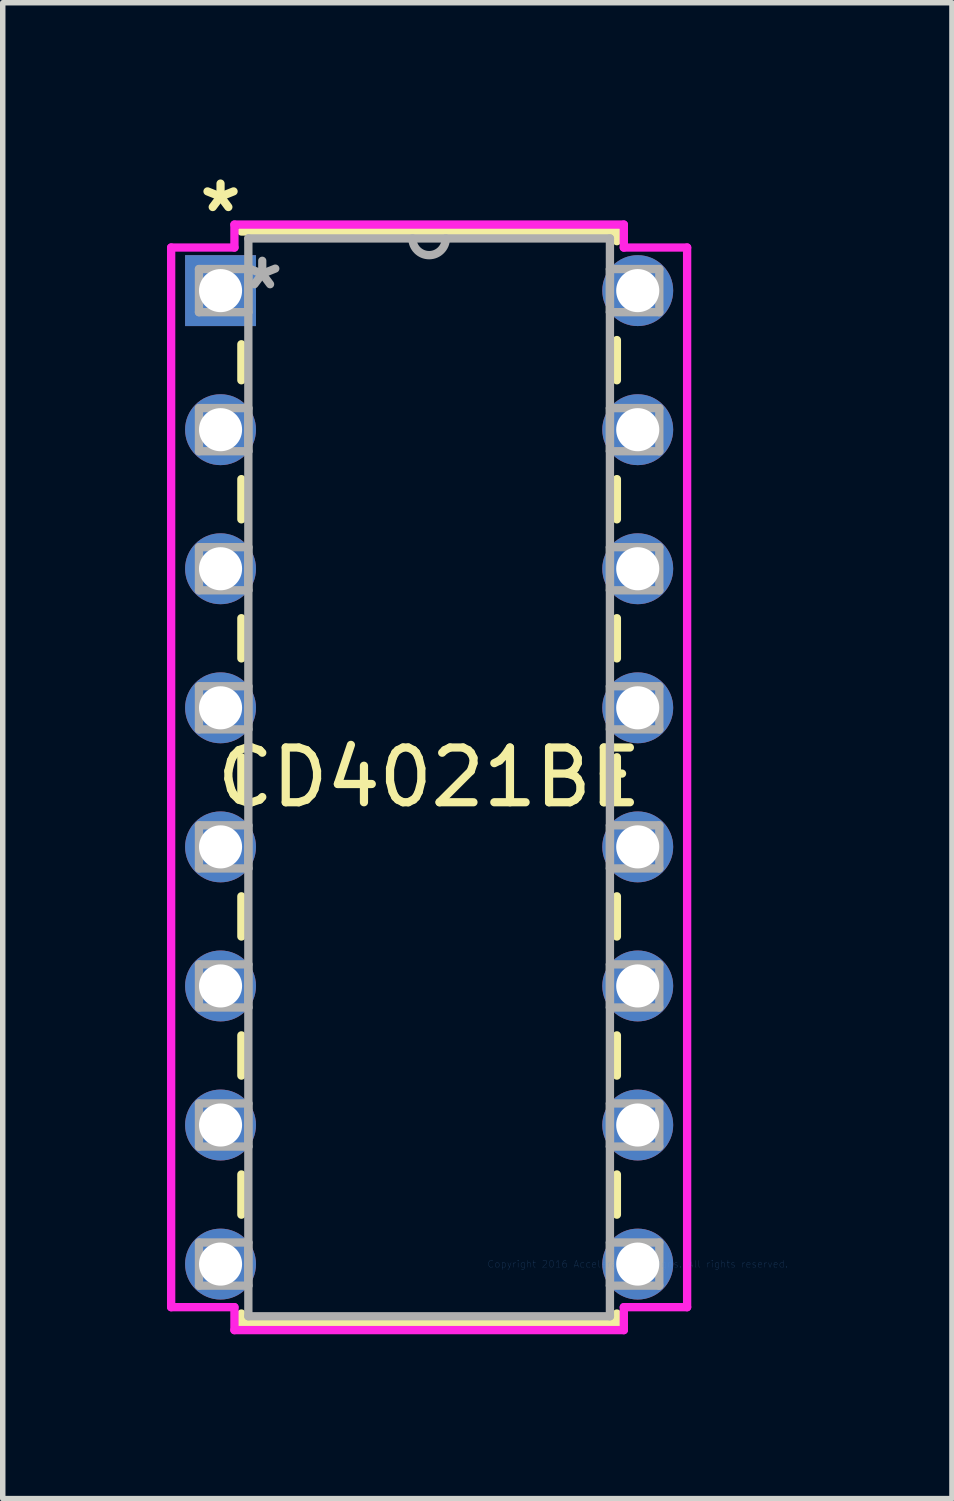
<source format=kicad_pcb>
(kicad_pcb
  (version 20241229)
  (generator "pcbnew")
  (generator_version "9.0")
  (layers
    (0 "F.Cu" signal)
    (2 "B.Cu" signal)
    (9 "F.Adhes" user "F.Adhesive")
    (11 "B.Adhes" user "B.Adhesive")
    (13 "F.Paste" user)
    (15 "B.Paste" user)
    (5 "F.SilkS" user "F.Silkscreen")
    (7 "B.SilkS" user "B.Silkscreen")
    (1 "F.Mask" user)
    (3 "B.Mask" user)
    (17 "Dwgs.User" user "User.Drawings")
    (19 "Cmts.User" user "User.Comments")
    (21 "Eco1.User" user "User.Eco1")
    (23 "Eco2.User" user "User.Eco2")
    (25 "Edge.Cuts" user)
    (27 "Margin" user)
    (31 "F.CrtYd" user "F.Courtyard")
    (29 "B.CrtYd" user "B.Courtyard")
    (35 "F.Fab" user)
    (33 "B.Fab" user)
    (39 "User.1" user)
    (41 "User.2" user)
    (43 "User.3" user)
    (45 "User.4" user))
  (footprint "CD4021BE"
    (layer "F.Cu")
    (at 8.598 20.038)
    (property "Reference" "CD4021BE" (at -3.81 -8.89 0) (layer "F.SilkS") (effects (font (size 1 1) (thickness 0.15))))
    (attr through_hole)
    (fp_line (start -7.239 -16.8) (end -7.239 -16.143) (stroke (width 0.152) (type solid)) (layer "F.SilkS"))
    (fp_line (start -7.239 -14.337) (end -7.239 -13.603) (stroke (width 0.152) (type solid)) (layer "F.SilkS"))
    (fp_line (start -7.239 -11.797) (end -7.239 -11.063) (stroke (width 0.152) (type solid)) (layer "F.SilkS"))
    (fp_line (start -7.239 -9.257) (end -7.239 -8.523) (stroke (width 0.152) (type solid)) (layer "F.SilkS"))
    (fp_line (start -7.239 -6.717) (end -7.239 -5.983) (stroke (width 0.152) (type solid)) (layer "F.SilkS"))
    (fp_line (start -7.239 -4.177) (end -7.239 -3.443) (stroke (width 0.152) (type solid)) (layer "F.SilkS"))
    (fp_line (start -7.239 -1.637) (end -7.239 -0.903) (stroke (width 0.152) (type solid)) (layer "F.SilkS"))
    (fp_line (start -7.239 0.903) (end -7.239 1.079) (stroke (width 0.152) (type solid)) (layer "F.SilkS"))
    (fp_line (start -7.239 1.079) (end -0.381 1.079) (stroke (width 0.152) (type solid)) (layer "F.SilkS"))
    (fp_line (start -0.381 -18.86) (end -7.239 -18.86) (stroke (width 0.152) (type solid)) (layer "F.SilkS"))
    (fp_line (start -0.381 -18.683) (end -0.381 -18.86) (stroke (width 0.152) (type solid)) (layer "F.SilkS"))
    (fp_line (start -0.381 -16.143) (end -0.381 -16.877) (stroke (width 0.152) (type solid)) (layer "F.SilkS"))
    (fp_line (start -0.381 -13.603) (end -0.381 -14.337) (stroke (width 0.152) (type solid)) (layer "F.SilkS"))
    (fp_line (start -0.381 -11.063) (end -0.381 -11.797) (stroke (width 0.152) (type solid)) (layer "F.SilkS"))
    (fp_line (start -0.381 -8.523) (end -0.381 -9.257) (stroke (width 0.152) (type solid)) (layer "F.SilkS"))
    (fp_line (start -0.381 -5.983) (end -0.381 -6.717) (stroke (width 0.152) (type solid)) (layer "F.SilkS"))
    (fp_line (start -0.381 -3.443) (end -0.381 -4.177) (stroke (width 0.152) (type solid)) (layer "F.SilkS"))
    (fp_line (start -0.381 -0.903) (end -0.381 -1.637) (stroke (width 0.152) (type solid)) (layer "F.SilkS"))
    (fp_line (start -0.381 1.079) (end -0.381 0.903) (stroke (width 0.152) (type solid)) (layer "F.SilkS"))
    (fp_line (start -8.522 -18.567) (end -8.522 0.787) (stroke (width 0.152) (type solid)) (layer "F.CrtYd"))
    (fp_line (start -8.522 0.787) (end -7.366 0.787) (stroke (width 0.152) (type solid)) (layer "F.CrtYd"))
    (fp_line (start -7.366 -18.986) (end -7.366 -18.567) (stroke (width 0.152) (type solid)) (layer "F.CrtYd"))
    (fp_line (start -7.366 -18.567) (end -8.522 -18.567) (stroke (width 0.152) (type solid)) (layer "F.CrtYd"))
    (fp_line (start -7.366 0.787) (end -7.366 1.206) (stroke (width 0.152) (type solid)) (layer "F.CrtYd"))
    (fp_line (start -7.366 1.206) (end -0.254 1.206) (stroke (width 0.152) (type solid)) (layer "F.CrtYd"))
    (fp_line (start -0.254 -18.986) (end -7.366 -18.986) (stroke (width 0.152) (type solid)) (layer "F.CrtYd"))
    (fp_line (start -0.254 -18.567) (end -0.254 -18.986) (stroke (width 0.152) (type solid)) (layer "F.CrtYd"))
    (fp_line (start -0.254 0.787) (end 0.902 0.787) (stroke (width 0.152) (type solid)) (layer "F.CrtYd"))
    (fp_line (start -0.254 1.206) (end -0.254 0.787) (stroke (width 0.152) (type solid)) (layer "F.CrtYd"))
    (fp_line (start 0.902 -18.567) (end -0.254 -18.567) (stroke (width 0.152) (type solid)) (layer "F.CrtYd"))
    (fp_line (start 0.902 0.787) (end 0.902 -18.567) (stroke (width 0.152) (type solid)) (layer "F.CrtYd"))
    (fp_line (start -8.014 -18.174) (end -8.014 -17.386) (stroke (width 0.152) (type solid)) (layer "F.Fab"))
    (fp_line (start -8.014 -17.386) (end -7.112 -17.386) (stroke (width 0.152) (type solid)) (layer "F.Fab"))
    (fp_line (start -8.014 -15.634) (end -8.014 -14.846) (stroke (width 0.152) (type solid)) (layer "F.Fab"))
    (fp_line (start -8.014 -14.846) (end -7.112 -14.846) (stroke (width 0.152) (type solid)) (layer "F.Fab"))
    (fp_line (start -8.014 -13.094) (end -8.014 -12.306) (stroke (width 0.152) (type solid)) (layer "F.Fab"))
    (fp_line (start -8.014 -12.306) (end -7.112 -12.306) (stroke (width 0.152) (type solid)) (layer "F.Fab"))
    (fp_line (start -8.014 -10.554) (end -8.014 -9.766) (stroke (width 0.152) (type solid)) (layer "F.Fab"))
    (fp_line (start -8.014 -9.766) (end -7.112 -9.766) (stroke (width 0.152) (type solid)) (layer "F.Fab"))
    (fp_line (start -8.014 -8.014) (end -8.014 -7.226) (stroke (width 0.152) (type solid)) (layer "F.Fab"))
    (fp_line (start -8.014 -7.226) (end -7.112 -7.226) (stroke (width 0.152) (type solid)) (layer "F.Fab"))
    (fp_line (start -8.014 -5.474) (end -8.014 -4.686) (stroke (width 0.152) (type solid)) (layer "F.Fab"))
    (fp_line (start -8.014 -4.686) (end -7.112 -4.686) (stroke (width 0.152) (type solid)) (layer "F.Fab"))
    (fp_line (start -8.014 -2.934) (end -8.014 -2.146) (stroke (width 0.152) (type solid)) (layer "F.Fab"))
    (fp_line (start -8.014 -2.146) (end -7.112 -2.146) (stroke (width 0.152) (type solid)) (layer "F.Fab"))
    (fp_line (start -8.014 -0.394) (end -8.014 0.394) (stroke (width 0.152) (type solid)) (layer "F.Fab"))
    (fp_line (start -8.014 0.394) (end -7.112 0.394) (stroke (width 0.152) (type solid)) (layer "F.Fab"))
    (fp_line (start -7.112 -18.733) (end -7.112 0.953) (stroke (width 0.152) (type solid)) (layer "F.Fab"))
    (fp_line (start -7.112 -18.174) (end -8.014 -18.174) (stroke (width 0.152) (type solid)) (layer "F.Fab"))
    (fp_line (start -7.112 -17.386) (end -7.112 -18.174) (stroke (width 0.152) (type solid)) (layer "F.Fab"))
    (fp_line (start -7.112 -15.634) (end -8.014 -15.634) (stroke (width 0.152) (type solid)) (layer "F.Fab"))
    (fp_line (start -7.112 -14.846) (end -7.112 -15.634) (stroke (width 0.152) (type solid)) (layer "F.Fab"))
    (fp_line (start -7.112 -13.094) (end -8.014 -13.094) (stroke (width 0.152) (type solid)) (layer "F.Fab"))
    (fp_line (start -7.112 -12.306) (end -7.112 -13.094) (stroke (width 0.152) (type solid)) (layer "F.Fab"))
    (fp_line (start -7.112 -10.554) (end -8.014 -10.554) (stroke (width 0.152) (type solid)) (layer "F.Fab"))
    (fp_line (start -7.112 -9.766) (end -7.112 -10.554) (stroke (width 0.152) (type solid)) (layer "F.Fab"))
    (fp_line (start -7.112 -8.014) (end -8.014 -8.014) (stroke (width 0.152) (type solid)) (layer "F.Fab"))
    (fp_line (start -7.112 -7.226) (end -7.112 -8.014) (stroke (width 0.152) (type solid)) (layer "F.Fab"))
    (fp_line (start -7.112 -5.474) (end -8.014 -5.474) (stroke (width 0.152) (type solid)) (layer "F.Fab"))
    (fp_line (start -7.112 -4.686) (end -7.112 -5.474) (stroke (width 0.152) (type solid)) (layer "F.Fab"))
    (fp_line (start -7.112 -2.934) (end -8.014 -2.934) (stroke (width 0.152) (type solid)) (layer "F.Fab"))
    (fp_line (start -7.112 -2.146) (end -7.112 -2.934) (stroke (width 0.152) (type solid)) (layer "F.Fab"))
    (fp_line (start -7.112 -0.394) (end -8.014 -0.394) (stroke (width 0.152) (type solid)) (layer "F.Fab"))
    (fp_line (start -7.112 0.394) (end -7.112 -0.394) (stroke (width 0.152) (type solid)) (layer "F.Fab"))
    (fp_line (start -7.112 0.953) (end -0.508 0.953) (stroke (width 0.152) (type solid)) (layer "F.Fab"))
    (fp_line (start -0.508 -18.733) (end -7.112 -18.733) (stroke (width 0.152) (type solid)) (layer "F.Fab"))
    (fp_line (start -0.508 -18.174) (end -0.508 -17.386) (stroke (width 0.152) (type solid)) (layer "F.Fab"))
    (fp_line (start -0.508 -17.386) (end 0.394 -17.386) (stroke (width 0.152) (type solid)) (layer "F.Fab"))
    (fp_line (start -0.508 -15.634) (end -0.508 -14.846) (stroke (width 0.152) (type solid)) (layer "F.Fab"))
    (fp_line (start -0.508 -14.846) (end 0.394 -14.846) (stroke (width 0.152) (type solid)) (layer "F.Fab"))
    (fp_line (start -0.508 -13.094) (end -0.508 -12.306) (stroke (width 0.152) (type solid)) (layer "F.Fab"))
    (fp_line (start -0.508 -12.306) (end 0.394 -12.306) (stroke (width 0.152) (type solid)) (layer "F.Fab"))
    (fp_line (start -0.508 -10.554) (end -0.508 -9.766) (stroke (width 0.152) (type solid)) (layer "F.Fab"))
    (fp_line (start -0.508 -9.766) (end 0.394 -9.766) (stroke (width 0.152) (type solid)) (layer "F.Fab"))
    (fp_line (start -0.508 -8.014) (end -0.508 -7.226) (stroke (width 0.152) (type solid)) (layer "F.Fab"))
    (fp_line (start -0.508 -7.226) (end 0.394 -7.226) (stroke (width 0.152) (type solid)) (layer "F.Fab"))
    (fp_line (start -0.508 -5.474) (end -0.508 -4.686) (stroke (width 0.152) (type solid)) (layer "F.Fab"))
    (fp_line (start -0.508 -4.686) (end 0.394 -4.686) (stroke (width 0.152) (type solid)) (layer "F.Fab"))
    (fp_line (start -0.508 -2.934) (end -0.508 -2.146) (stroke (width 0.152) (type solid)) (layer "F.Fab"))
    (fp_line (start -0.508 -2.146) (end 0.394 -2.146) (stroke (width 0.152) (type solid)) (layer "F.Fab"))
    (fp_line (start -0.508 -0.394) (end -0.508 0.394) (stroke (width 0.152) (type solid)) (layer "F.Fab"))
    (fp_line (start -0.508 0.394) (end 0.394 0.394) (stroke (width 0.152) (type solid)) (layer "F.Fab"))
    (fp_line (start -0.508 0.953) (end -0.508 -18.733) (stroke (width 0.152) (type solid)) (layer "F.Fab"))
    (fp_line (start 0.394 -18.174) (end -0.508 -18.174) (stroke (width 0.152) (type solid)) (layer "F.Fab"))
    (fp_line (start 0.394 -17.386) (end 0.394 -18.174) (stroke (width 0.152) (type solid)) (layer "F.Fab"))
    (fp_line (start 0.394 -15.634) (end -0.508 -15.634) (stroke (width 0.152) (type solid)) (layer "F.Fab"))
    (fp_line (start 0.394 -14.846) (end 0.394 -15.634) (stroke (width 0.152) (type solid)) (layer "F.Fab"))
    (fp_line (start 0.394 -13.094) (end -0.508 -13.094) (stroke (width 0.152) (type solid)) (layer "F.Fab"))
    (fp_line (start 0.394 -12.306) (end 0.394 -13.094) (stroke (width 0.152) (type solid)) (layer "F.Fab"))
    (fp_line (start 0.394 -10.554) (end -0.508 -10.554) (stroke (width 0.152) (type solid)) (layer "F.Fab"))
    (fp_line (start 0.394 -9.766) (end 0.394 -10.554) (stroke (width 0.152) (type solid)) (layer "F.Fab"))
    (fp_line (start 0.394 -8.014) (end -0.508 -8.014) (stroke (width 0.152) (type solid)) (layer "F.Fab"))
    (fp_line (start 0.394 -7.226) (end 0.394 -8.014) (stroke (width 0.152) (type solid)) (layer "F.Fab"))
    (fp_line (start 0.394 -5.474) (end -0.508 -5.474) (stroke (width 0.152) (type solid)) (layer "F.Fab"))
    (fp_line (start 0.394 -4.686) (end 0.394 -5.474) (stroke (width 0.152) (type solid)) (layer "F.Fab"))
    (fp_line (start 0.394 -2.934) (end -0.508 -2.934) (stroke (width 0.152) (type solid)) (layer "F.Fab"))
    (fp_line (start 0.394 -2.146) (end 0.394 -2.934) (stroke (width 0.152) (type solid)) (layer "F.Fab"))
    (fp_line (start 0.394 -0.394) (end -0.508 -0.394) (stroke (width 0.152) (type solid)) (layer "F.Fab"))
    (fp_line (start 0.394 0.394) (end 0.394 -0.394) (stroke (width 0.152) (type solid)) (layer "F.Fab"))
    (fp_arc (start -3.5052 -18.7325) (mid -3.81 -18.4277) (end -4.1148 -18.7325) (stroke (width 0.1524) (type solid)) (layer "F.Fab"))
    (fp_text user "*" (at -7.62 -19.19 0) (layer "F.SilkS") (effects (font (size 1 1) (thickness 0.15))))
    (fp_text user "Copyright 2016 Accelerated Designs. All rights reserved." (at 0 0 0) (layer "Cmts.User") (effects (font (size 0.127 0.127) (thickness 0.002))))
    (fp_text user "*" (at -6.858 -17.78 0) (layer "F.Fab") (effects (font (size 1 1) (thickness 0.15))))
    (pad "1" thru_hole rect (at -7.62 -17.78) (size 1.295 1.295) (drill 0.787) (layers "*.Cu" "*.Mask"))
    (pad "2" thru_hole circle (at -7.62 -15.24) (size 1.295 1.295) (drill 0.787) (layers "*.Cu" "*.Mask"))
    (pad "3" thru_hole circle (at -7.62 -12.7) (size 1.295 1.295) (drill 0.787) (layers "*.Cu" "*.Mask"))
    (pad "4" thru_hole circle (at -7.62 -10.16) (size 1.295 1.295) (drill 0.787) (layers "*.Cu" "*.Mask"))
    (pad "5" thru_hole circle (at -7.62 -7.62) (size 1.295 1.295) (drill 0.787) (layers "*.Cu" "*.Mask"))
    (pad "6" thru_hole circle (at -7.62 -5.08) (size 1.295 1.295) (drill 0.787) (layers "*.Cu" "*.Mask"))
    (pad "7" thru_hole circle (at -7.62 -2.54) (size 1.295 1.295) (drill 0.787) (layers "*.Cu" "*.Mask"))
    (pad "8" thru_hole circle (at -7.62 0) (size 1.295 1.295) (drill 0.787) (layers "*.Cu" "*.Mask"))
    (pad "9" thru_hole circle (at 0 0) (size 1.295 1.295) (drill 0.787) (layers "*.Cu" "*.Mask"))
    (pad "10" thru_hole circle (at 0 -2.54) (size 1.295 1.295) (drill 0.787) (layers "*.Cu" "*.Mask"))
    (pad "11" thru_hole circle (at 0 -5.08) (size 1.295 1.295) (drill 0.787) (layers "*.Cu" "*.Mask"))
    (pad "12" thru_hole circle (at 0 -7.62) (size 1.295 1.295) (drill 0.787) (layers "*.Cu" "*.Mask"))
    (pad "13" thru_hole circle (at 0 -10.16) (size 1.295 1.295) (drill 0.787) (layers "*.Cu" "*.Mask"))
    (pad "14" thru_hole circle (at 0 -12.7) (size 1.295 1.295) (drill 0.787) (layers "*.Cu" "*.Mask"))
    (pad "15" thru_hole circle (at 0 -15.24) (size 1.295 1.295) (drill 0.787) (layers "*.Cu" "*.Mask"))
    (pad "16" thru_hole circle (at 0 -17.78) (size 1.295 1.295) (drill 0.787) (layers "*.Cu" "*.Mask")))
  (gr_rect
    (start -3 -3)
    (end 14.337 24.321)
    (stroke (width 0.1) (type default))
    (fill no)
    (layer "Edge.Cuts")))
</source>
